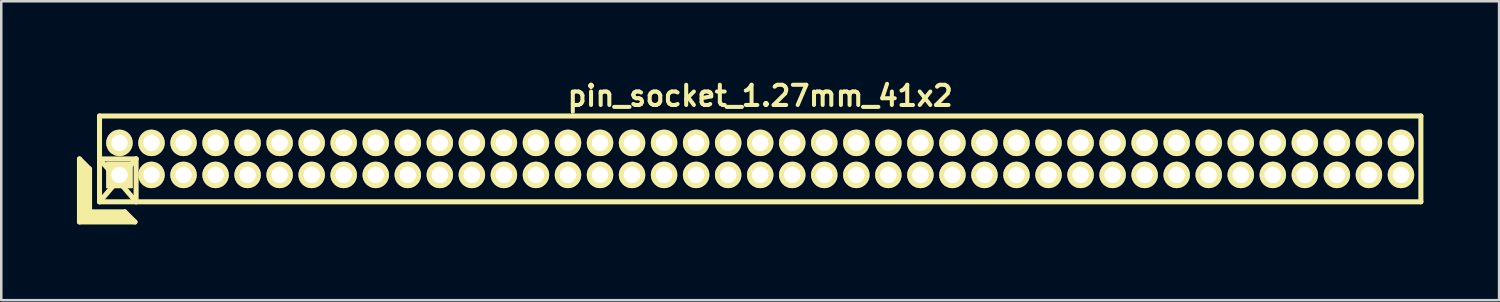
<source format=kicad_pcb>
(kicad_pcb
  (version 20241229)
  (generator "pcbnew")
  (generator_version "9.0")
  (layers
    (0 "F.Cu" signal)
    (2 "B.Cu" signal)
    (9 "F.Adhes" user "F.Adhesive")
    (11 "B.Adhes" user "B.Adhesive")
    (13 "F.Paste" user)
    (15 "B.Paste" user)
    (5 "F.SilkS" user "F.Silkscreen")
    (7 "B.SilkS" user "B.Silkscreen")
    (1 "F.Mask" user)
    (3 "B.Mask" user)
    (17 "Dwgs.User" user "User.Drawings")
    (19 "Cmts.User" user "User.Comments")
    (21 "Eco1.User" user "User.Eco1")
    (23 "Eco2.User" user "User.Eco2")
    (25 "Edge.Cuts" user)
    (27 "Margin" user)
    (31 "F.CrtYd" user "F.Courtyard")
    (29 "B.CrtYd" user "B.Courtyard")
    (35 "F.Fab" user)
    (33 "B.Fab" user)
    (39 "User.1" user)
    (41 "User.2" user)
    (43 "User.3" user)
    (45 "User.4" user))
  (footprint "pin_socket_1.27mm_41x2"
    (layer "F.Cu")
    (at 27.085 3.249)
    (property "Reference" "pin_socket_1.27mm_41x2" (at 0 -2.5 0) (layer "F.SilkS") (effects (font (size 0.8 0.8) (thickness 0.16))))
    (attr through_hole)
    (fp_line (start -26.985 0) (end -26.985 2.5) (stroke (width 0.2) (type solid)) (layer "F.SilkS"))
    (fp_line (start -26.985 0) (end -26.585 0.4) (stroke (width 0.2) (type solid)) (layer "F.SilkS"))
    (fp_line (start -26.985 2.5) (end -24.785 2.5) (stroke (width 0.2) (type solid)) (layer "F.SilkS"))
    (fp_line (start -26.885 2.4) (end -26.885 0.2) (stroke (width 0.2) (type solid)) (layer "F.SilkS"))
    (fp_line (start -26.885 2.4) (end -24.985 2.4) (stroke (width 0.2) (type solid)) (layer "F.SilkS"))
    (fp_line (start -26.785 2.3) (end -26.785 0.3) (stroke (width 0.2) (type solid)) (layer "F.SilkS"))
    (fp_line (start -26.785 2.3) (end -25.085 2.3) (stroke (width 0.2) (type solid)) (layer "F.SilkS"))
    (fp_line (start -26.685 2.2) (end -26.685 0.4) (stroke (width 0.2) (type solid)) (layer "F.SilkS"))
    (fp_line (start -26.685 2.2) (end -25.185 2.2) (stroke (width 0.2) (type solid)) (layer "F.SilkS"))
    (fp_line (start -26.585 2.1) (end -26.585 0.4) (stroke (width 0.2) (type solid)) (layer "F.SilkS"))
    (fp_line (start -26.585 2.1) (end -25.185 2.1) (stroke (width 0.2) (type solid)) (layer "F.SilkS"))
    (fp_line (start -26.19 -1.7) (end 26.19 -1.7) (stroke (width 0.2) (type solid)) (layer "F.SilkS"))
    (fp_line (start -26.19 0) (end -24.74 0) (stroke (width 0.2) (type solid)) (layer "F.SilkS"))
    (fp_line (start -26.19 0) (end -24.74 1.7) (stroke (width 0.2) (type solid)) (layer "F.SilkS"))
    (fp_line (start -26.19 1.7) (end -26.19 -1.7) (stroke (width 0.2) (type solid)) (layer "F.SilkS"))
    (fp_line (start -25.185 2.1) (end -24.785 2.5) (stroke (width 0.2) (type solid)) (layer "F.SilkS"))
    (fp_line (start -24.74 0) (end -26.185 1.7) (stroke (width 0.2) (type solid)) (layer "F.SilkS"))
    (fp_line (start -24.74 0) (end -24.74 1.7) (stroke (width 0.2) (type solid)) (layer "F.SilkS"))
    (fp_line (start 26.19 -1.7) (end 26.19 1.7) (stroke (width 0.2) (type solid)) (layer "F.SilkS"))
    (fp_line (start 26.19 1.7) (end -26.19 1.7) (stroke (width 0.2) (type solid)) (layer "F.SilkS"))
    (pad "1" thru_hole rect (at -25.4 0.635) (size 1.05 1.05) (drill 0.65) (layers "*.Cu" "*.Mask" "F.SilkS"))
    (pad "2" thru_hole oval (at -25.4 -0.635) (size 1.05 1.05) (drill 0.65) (layers "*.Cu" "*.Mask" "F.SilkS"))
    (pad "3" thru_hole oval (at -24.13 0.635) (size 1.05 1.05) (drill 0.65) (layers "*.Cu" "*.Mask" "F.SilkS"))
    (pad "4" thru_hole oval (at -24.13 -0.635) (size 1.05 1.05) (drill 0.65) (layers "*.Cu" "*.Mask" "F.SilkS"))
    (pad "5" thru_hole oval (at -22.86 0.635) (size 1.05 1.05) (drill 0.65) (layers "*.Cu" "*.Mask" "F.SilkS"))
    (pad "6" thru_hole oval (at -22.86 -0.635) (size 1.05 1.05) (drill 0.65) (layers "*.Cu" "*.Mask" "F.SilkS"))
    (pad "7" thru_hole oval (at -21.59 0.635) (size 1.05 1.05) (drill 0.65) (layers "*.Cu" "*.Mask" "F.SilkS"))
    (pad "8" thru_hole oval (at -21.59 -0.635) (size 1.05 1.05) (drill 0.65) (layers "*.Cu" "*.Mask" "F.SilkS"))
    (pad "9" thru_hole oval (at -20.32 0.635) (size 1.05 1.05) (drill 0.65) (layers "*.Cu" "*.Mask" "F.SilkS"))
    (pad "10" thru_hole oval (at -20.32 -0.635) (size 1.05 1.05) (drill 0.65) (layers "*.Cu" "*.Mask" "F.SilkS"))
    (pad "11" thru_hole oval (at -19.05 0.635) (size 1.05 1.05) (drill 0.65) (layers "*.Cu" "*.Mask" "F.SilkS"))
    (pad "12" thru_hole oval (at -19.05 -0.635) (size 1.05 1.05) (drill 0.65) (layers "*.Cu" "*.Mask" "F.SilkS"))
    (pad "13" thru_hole oval (at -17.78 0.635) (size 1.05 1.05) (drill 0.65) (layers "*.Cu" "*.Mask" "F.SilkS"))
    (pad "14" thru_hole oval (at -17.78 -0.635) (size 1.05 1.05) (drill 0.65) (layers "*.Cu" "*.Mask" "F.SilkS"))
    (pad "15" thru_hole oval (at -16.51 0.635) (size 1.05 1.05) (drill 0.65) (layers "*.Cu" "*.Mask" "F.SilkS"))
    (pad "16" thru_hole oval (at -16.51 -0.635) (size 1.05 1.05) (drill 0.65) (layers "*.Cu" "*.Mask" "F.SilkS"))
    (pad "17" thru_hole oval (at -15.24 0.635) (size 1.05 1.05) (drill 0.65) (layers "*.Cu" "*.Mask" "F.SilkS"))
    (pad "18" thru_hole oval (at -15.24 -0.635) (size 1.05 1.05) (drill 0.65) (layers "*.Cu" "*.Mask" "F.SilkS"))
    (pad "19" thru_hole oval (at -13.97 0.635) (size 1.05 1.05) (drill 0.65) (layers "*.Cu" "*.Mask" "F.SilkS"))
    (pad "20" thru_hole oval (at -13.97 -0.635) (size 1.05 1.05) (drill 0.65) (layers "*.Cu" "*.Mask" "F.SilkS"))
    (pad "21" thru_hole oval (at -12.7 0.635) (size 1.05 1.05) (drill 0.65) (layers "*.Cu" "*.Mask" "F.SilkS"))
    (pad "22" thru_hole oval (at -12.7 -0.635) (size 1.05 1.05) (drill 0.65) (layers "*.Cu" "*.Mask" "F.SilkS"))
    (pad "23" thru_hole oval (at -11.43 0.635) (size 1.05 1.05) (drill 0.65) (layers "*.Cu" "*.Mask" "F.SilkS"))
    (pad "24" thru_hole oval (at -11.43 -0.635) (size 1.05 1.05) (drill 0.65) (layers "*.Cu" "*.Mask" "F.SilkS"))
    (pad "25" thru_hole oval (at -10.16 0.635) (size 1.05 1.05) (drill 0.65) (layers "*.Cu" "*.Mask" "F.SilkS"))
    (pad "26" thru_hole oval (at -10.16 -0.635) (size 1.05 1.05) (drill 0.65) (layers "*.Cu" "*.Mask" "F.SilkS"))
    (pad "27" thru_hole oval (at -8.89 0.635) (size 1.05 1.05) (drill 0.65) (layers "*.Cu" "*.Mask" "F.SilkS"))
    (pad "28" thru_hole oval (at -8.89 -0.635) (size 1.05 1.05) (drill 0.65) (layers "*.Cu" "*.Mask" "F.SilkS"))
    (pad "29" thru_hole oval (at -7.62 0.635) (size 1.05 1.05) (drill 0.65) (layers "*.Cu" "*.Mask" "F.SilkS"))
    (pad "30" thru_hole oval (at -7.62 -0.635) (size 1.05 1.05) (drill 0.65) (layers "*.Cu" "*.Mask" "F.SilkS"))
    (pad "31" thru_hole oval (at -6.35 0.635) (size 1.05 1.05) (drill 0.65) (layers "*.Cu" "*.Mask" "F.SilkS"))
    (pad "32" thru_hole oval (at -6.35 -0.635) (size 1.05 1.05) (drill 0.65) (layers "*.Cu" "*.Mask" "F.SilkS"))
    (pad "33" thru_hole oval (at -5.08 0.635) (size 1.05 1.05) (drill 0.65) (layers "*.Cu" "*.Mask" "F.SilkS"))
    (pad "34" thru_hole oval (at -5.08 -0.635) (size 1.05 1.05) (drill 0.65) (layers "*.Cu" "*.Mask" "F.SilkS"))
    (pad "35" thru_hole oval (at -3.81 0.635) (size 1.05 1.05) (drill 0.65) (layers "*.Cu" "*.Mask" "F.SilkS"))
    (pad "36" thru_hole oval (at -3.81 -0.635) (size 1.05 1.05) (drill 0.65) (layers "*.Cu" "*.Mask" "F.SilkS"))
    (pad "37" thru_hole oval (at -2.54 0.635) (size 1.05 1.05) (drill 0.65) (layers "*.Cu" "*.Mask" "F.SilkS"))
    (pad "38" thru_hole oval (at -2.54 -0.635) (size 1.05 1.05) (drill 0.65) (layers "*.Cu" "*.Mask" "F.SilkS"))
    (pad "39" thru_hole oval (at -1.27 0.635) (size 1.05 1.05) (drill 0.65) (layers "*.Cu" "*.Mask" "F.SilkS"))
    (pad "40" thru_hole oval (at -1.27 -0.635) (size 1.05 1.05) (drill 0.65) (layers "*.Cu" "*.Mask" "F.SilkS"))
    (pad "41" thru_hole oval (at 0 0.635) (size 1.05 1.05) (drill 0.65) (layers "*.Cu" "*.Mask" "F.SilkS"))
    (pad "42" thru_hole oval (at 0 -0.635) (size 1.05 1.05) (drill 0.65) (layers "*.Cu" "*.Mask" "F.SilkS"))
    (pad "43" thru_hole oval (at 1.27 0.635) (size 1.05 1.05) (drill 0.65) (layers "*.Cu" "*.Mask" "F.SilkS"))
    (pad "44" thru_hole oval (at 1.27 -0.635) (size 1.05 1.05) (drill 0.65) (layers "*.Cu" "*.Mask" "F.SilkS"))
    (pad "45" thru_hole oval (at 2.54 0.635) (size 1.05 1.05) (drill 0.65) (layers "*.Cu" "*.Mask" "F.SilkS"))
    (pad "46" thru_hole oval (at 2.54 -0.635) (size 1.05 1.05) (drill 0.65) (layers "*.Cu" "*.Mask" "F.SilkS"))
    (pad "47" thru_hole oval (at 3.81 0.635) (size 1.05 1.05) (drill 0.65) (layers "*.Cu" "*.Mask" "F.SilkS"))
    (pad "48" thru_hole oval (at 3.81 -0.635) (size 1.05 1.05) (drill 0.65) (layers "*.Cu" "*.Mask" "F.SilkS"))
    (pad "49" thru_hole oval (at 5.08 0.635) (size 1.05 1.05) (drill 0.65) (layers "*.Cu" "*.Mask" "F.SilkS"))
    (pad "50" thru_hole oval (at 5.08 -0.635) (size 1.05 1.05) (drill 0.65) (layers "*.Cu" "*.Mask" "F.SilkS"))
    (pad "51" thru_hole circle (at 6.35 0.635) (size 1.05 1.05) (drill 0.65) (layers "*.Cu" "*.Mask" "F.SilkS"))
    (pad "52" thru_hole oval (at 6.35 -0.635) (size 1.05 1.05) (drill 0.65) (layers "*.Cu" "*.Mask" "F.SilkS"))
    (pad "53" thru_hole oval (at 7.62 0.635) (size 1.05 1.05) (drill 0.65) (layers "*.Cu" "*.Mask" "F.SilkS"))
    (pad "54" thru_hole oval (at 7.62 -0.635) (size 1.05 1.05) (drill 0.65) (layers "*.Cu" "*.Mask" "F.SilkS"))
    (pad "55" thru_hole oval (at 8.89 0.635) (size 1.05 1.05) (drill 0.65) (layers "*.Cu" "*.Mask" "F.SilkS"))
    (pad "56" thru_hole oval (at 8.89 -0.635) (size 1.05 1.05) (drill 0.65) (layers "*.Cu" "*.Mask" "F.SilkS"))
    (pad "57" thru_hole oval (at 10.16 0.635) (size 1.05 1.05) (drill 0.65) (layers "*.Cu" "*.Mask" "F.SilkS"))
    (pad "58" thru_hole oval (at 10.16 -0.635) (size 1.05 1.05) (drill 0.65) (layers "*.Cu" "*.Mask" "F.SilkS"))
    (pad "59" thru_hole oval (at 11.43 0.635) (size 1.05 1.05) (drill 0.65) (layers "*.Cu" "*.Mask" "F.SilkS"))
    (pad "60" thru_hole oval (at 11.43 -0.635) (size 1.05 1.05) (drill 0.65) (layers "*.Cu" "*.Mask" "F.SilkS"))
    (pad "61" thru_hole oval (at 12.7 0.635) (size 1.05 1.05) (drill 0.65) (layers "*.Cu" "*.Mask" "F.SilkS"))
    (pad "62" thru_hole oval (at 12.7 -0.635) (size 1.05 1.05) (drill 0.65) (layers "*.Cu" "*.Mask" "F.SilkS"))
    (pad "63" thru_hole oval (at 13.97 0.635) (size 1.05 1.05) (drill 0.65) (layers "*.Cu" "*.Mask" "F.SilkS"))
    (pad "64" thru_hole oval (at 13.97 -0.635) (size 1.05 1.05) (drill 0.65) (layers "*.Cu" "*.Mask" "F.SilkS"))
    (pad "65" thru_hole oval (at 15.24 0.635) (size 1.05 1.05) (drill 0.65) (layers "*.Cu" "*.Mask" "F.SilkS"))
    (pad "66" thru_hole oval (at 15.24 -0.635) (size 1.05 1.05) (drill 0.65) (layers "*.Cu" "*.Mask" "F.SilkS"))
    (pad "67" thru_hole oval (at 16.51 0.635) (size 1.05 1.05) (drill 0.65) (layers "*.Cu" "*.Mask" "F.SilkS"))
    (pad "68" thru_hole oval (at 16.51 -0.635) (size 1.05 1.05) (drill 0.65) (layers "*.Cu" "*.Mask" "F.SilkS"))
    (pad "69" thru_hole oval (at 17.78 0.635) (size 1.05 1.05) (drill 0.65) (layers "*.Cu" "*.Mask" "F.SilkS"))
    (pad "70" thru_hole oval (at 17.78 -0.635) (size 1.05 1.05) (drill 0.65) (layers "*.Cu" "*.Mask" "F.SilkS"))
    (pad "71" thru_hole oval (at 19.05 0.635) (size 1.05 1.05) (drill 0.65) (layers "*.Cu" "*.Mask" "F.SilkS"))
    (pad "72" thru_hole oval (at 19.05 -0.635) (size 1.05 1.05) (drill 0.65) (layers "*.Cu" "*.Mask" "F.SilkS"))
    (pad "73" thru_hole oval (at 20.32 0.635) (size 1.05 1.05) (drill 0.65) (layers "*.Cu" "*.Mask" "F.SilkS"))
    (pad "74" thru_hole oval (at 20.32 -0.635) (size 1.05 1.05) (drill 0.65) (layers "*.Cu" "*.Mask" "F.SilkS"))
    (pad "75" thru_hole oval (at 21.59 0.635) (size 1.05 1.05) (drill 0.65) (layers "*.Cu" "*.Mask" "F.SilkS"))
    (pad "76" thru_hole oval (at 21.59 -0.635) (size 1.05 1.05) (drill 0.65) (layers "*.Cu" "*.Mask" "F.SilkS"))
    (pad "77" thru_hole oval (at 22.86 0.635) (size 1.05 1.05) (drill 0.65) (layers "*.Cu" "*.Mask" "F.SilkS"))
    (pad "78" thru_hole oval (at 22.86 -0.635) (size 1.05 1.05) (drill 0.65) (layers "*.Cu" "*.Mask" "F.SilkS"))
    (pad "79" thru_hole oval (at 24.13 0.635) (size 1.05 1.05) (drill 0.65) (layers "*.Cu" "*.Mask" "F.SilkS"))
    (pad "80" thru_hole oval (at 24.13 -0.635) (size 1.05 1.05) (drill 0.65) (layers "*.Cu" "*.Mask" "F.SilkS"))
    (pad "81" thru_hole oval (at 25.4 0.635) (size 1.05 1.05) (drill 0.65) (layers "*.Cu" "*.Mask" "F.SilkS"))
    (pad "82" thru_hole oval (at 25.4 -0.635) (size 1.05 1.05) (drill 0.65) (layers "*.Cu" "*.Mask" "F.SilkS")))
  (gr_rect
    (start -3 -3)
    (end 56.375 8.849)
    (stroke (width 0.1) (type default))
    (fill no)
    (layer "Edge.Cuts")))
</source>
